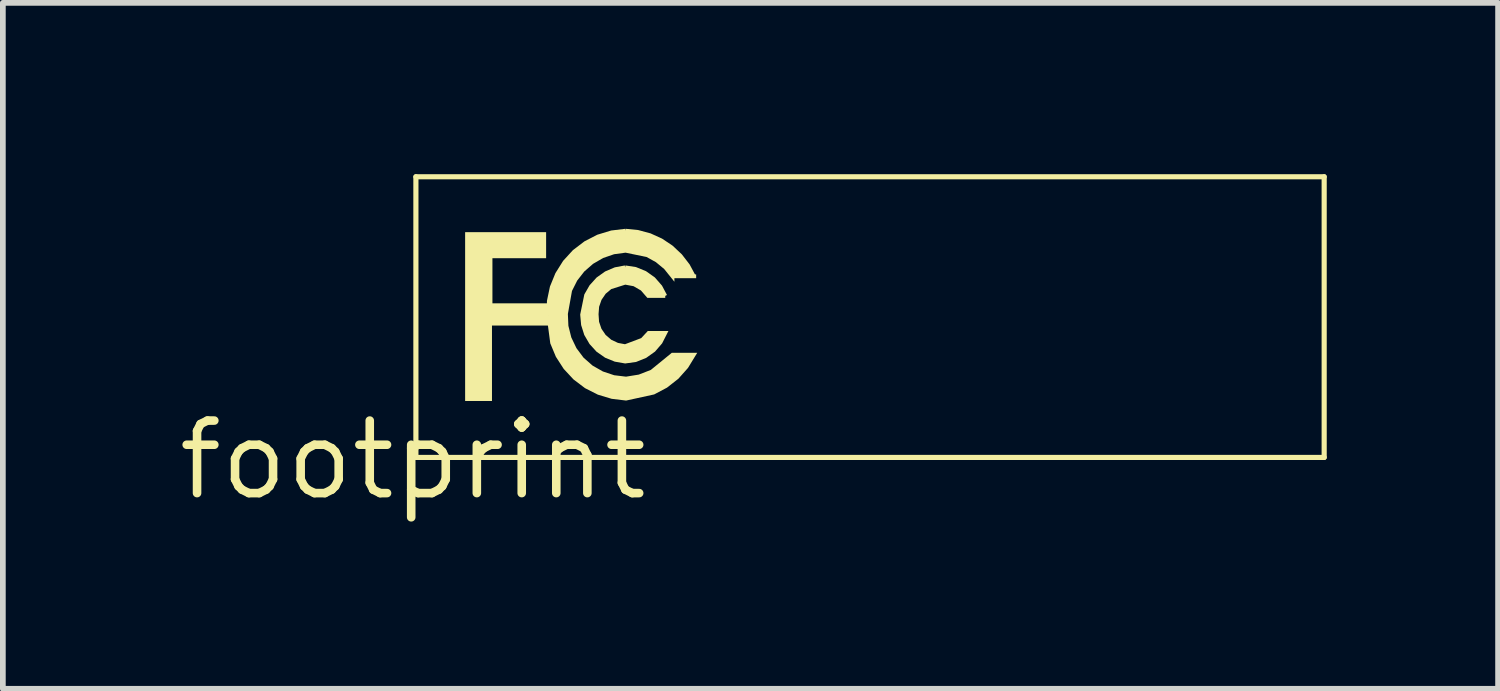
<source format=kicad_pcb>
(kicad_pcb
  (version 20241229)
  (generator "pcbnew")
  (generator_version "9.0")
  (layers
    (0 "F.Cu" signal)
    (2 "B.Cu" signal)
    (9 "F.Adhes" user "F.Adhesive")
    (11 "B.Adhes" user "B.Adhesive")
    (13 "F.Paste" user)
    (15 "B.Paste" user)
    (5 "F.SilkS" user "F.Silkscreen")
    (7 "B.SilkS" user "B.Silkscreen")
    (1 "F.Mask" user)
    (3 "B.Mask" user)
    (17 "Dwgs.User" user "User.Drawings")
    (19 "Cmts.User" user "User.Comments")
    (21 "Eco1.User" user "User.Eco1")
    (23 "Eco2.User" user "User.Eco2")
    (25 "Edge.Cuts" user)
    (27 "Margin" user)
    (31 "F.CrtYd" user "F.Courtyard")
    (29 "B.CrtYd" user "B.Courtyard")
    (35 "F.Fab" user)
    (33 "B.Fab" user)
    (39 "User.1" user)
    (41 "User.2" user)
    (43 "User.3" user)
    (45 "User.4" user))
  (footprint "footprint"
    (layer "F.Cu")
    (at 4.18 5.004)
    (property "Reference" "footprint" (at 0 0 0) (layer "F.SilkS") (effects (font (size 1.27 1.27) (thickness 0.15))))
    (fp_line (start 0.052 -4.959) (end 15.955 -4.959) (stroke (width 0.09) (type solid)) (layer "F.SilkS"))
    (fp_line (start 0.052 -0.045) (end 0.052 -4.959) (stroke (width 0.09) (type solid)) (layer "F.SilkS"))
    (fp_line (start 15.955 -4.959) (end 15.955 -0.045) (stroke (width 0.09) (type solid)) (layer "F.SilkS"))
    (fp_line (start 15.955 -0.045) (end 0.052 -0.045) (stroke (width 0.09) (type solid)) (layer "F.SilkS"))
    (fp_poly (pts (xy 2.332 -3.533) (xy 1.392 -3.533) (xy 1.392 -2.743) (xy 2.377 -2.743) (xy 2.377 -2.354) (xy 1.384 -2.354) (xy 1.384 -1.033) (xy 0.914 -1.033) (xy 0.914 -3.989) (xy 2.332 -3.989)) (stroke (width 0) (type solid)) (fill yes) (layer "F.SilkS"))
    (fp_poly (pts (xy 3.905 -3.378) (xy 4.081 -3.306) (xy 4.236 -3.196) (xy 4.361 -3.053) (xy 4.448 -2.889) (xy 4.418 -2.873) (xy 4.418 -2.873) (xy 4.418 -2.839) (xy 4.104 -2.839) (xy 3.992 -2.968) (xy 3.863 -3.043) (xy 3.718 -3.07) (xy 3.472 -2.992) (xy 3.375 -2.911) (xy 3.302 -2.804) (xy 3.26 -2.683) (xy 3.25 -2.552) (xy 3.259 -2.42) (xy 3.301 -2.297) (xy 3.374 -2.19) (xy 3.473 -2.105) (xy 3.59 -2.05) (xy 3.713 -2.027) (xy 3.997 -2.134) (xy 4.112 -2.258) (xy 4.473 -2.258) (xy 4.363 -2.042) (xy 4.239 -1.898) (xy 4.083 -1.787) (xy 3.906 -1.716) (xy 3.716 -1.69) (xy 3.534 -1.722) (xy 3.365 -1.791) (xy 3.215 -1.896) (xy 3.092 -2.031) (xy 3 -2.189) (xy 2.945 -2.363) (xy 2.929 -2.543) (xy 2.929 -2.548) (xy 3.001 -2.899) (xy 3.093 -3.059) (xy 3.216 -3.195) (xy 3.365 -3.301) (xy 3.534 -3.373) (xy 3.71 -3.406) (xy 3.716 -3.373) (xy 3.721 -3.406)) (stroke (width 0) (type solid)) (fill yes) (layer "F.SilkS"))
    (fp_poly (pts (xy 3.945 -4.026) (xy 4.16 -3.968) (xy 4.362 -3.876) (xy 4.546 -3.753) (xy 4.708 -3.601) (xy 4.844 -3.425) (xy 4.938 -3.25) (xy 4.959 -3.25) (xy 4.959 -3.183) (xy 4.578 -3.183) (xy 4.578 -3.121) (xy 4.399 -3.344) (xy 4.254 -3.464) (xy 4.091 -3.554) (xy 3.723 -3.63) (xy 3.523 -3.603) (xy 3.331 -3.537) (xy 3.155 -3.435) (xy 3.001 -3.301) (xy 2.876 -3.141) (xy 2.785 -2.96) (xy 2.713 -2.557) (xy 2.722 -2.349) (xy 2.773 -2.146) (xy 2.863 -1.958) (xy 2.988 -1.791) (xy 3.145 -1.653) (xy 3.326 -1.55) (xy 3.524 -1.484) (xy 3.731 -1.459) (xy 3.954 -1.495) (xy 4.165 -1.577) (xy 4.533 -1.877) (xy 4.978 -1.877) (xy 4.816 -1.612) (xy 4.648 -1.423) (xy 4.449 -1.267) (xy 4.224 -1.148) (xy 3.735 -1.041) (xy 3.729 -1.041) (xy 3.48 -1.071) (xy 3.238 -1.144) (xy 3.013 -1.258) (xy 2.812 -1.41) (xy 2.64 -1.595) (xy 2.503 -1.807) (xy 2.405 -2.042) (xy 2.34 -2.533) (xy 2.373 -2.537) (xy 2.339 -2.538) (xy 2.347 -2.789) (xy 2.399 -3.037) (xy 2.495 -3.272) (xy 2.63 -3.487) (xy 2.801 -3.674) (xy 3.003 -3.828) (xy 3.228 -3.944) (xy 3.471 -4.018) (xy 3.72 -4.048) (xy 3.724 -4.015) (xy 3.727 -4.048)) (stroke (width 0) (type solid)) (fill yes) (layer "F.SilkS")))
  (gr_rect
    (start -3 -3)
    (end 23.18 9.01)
    (stroke (width 0.1) (type default))
    (fill no)
    (layer "Edge.Cuts")))
</source>
